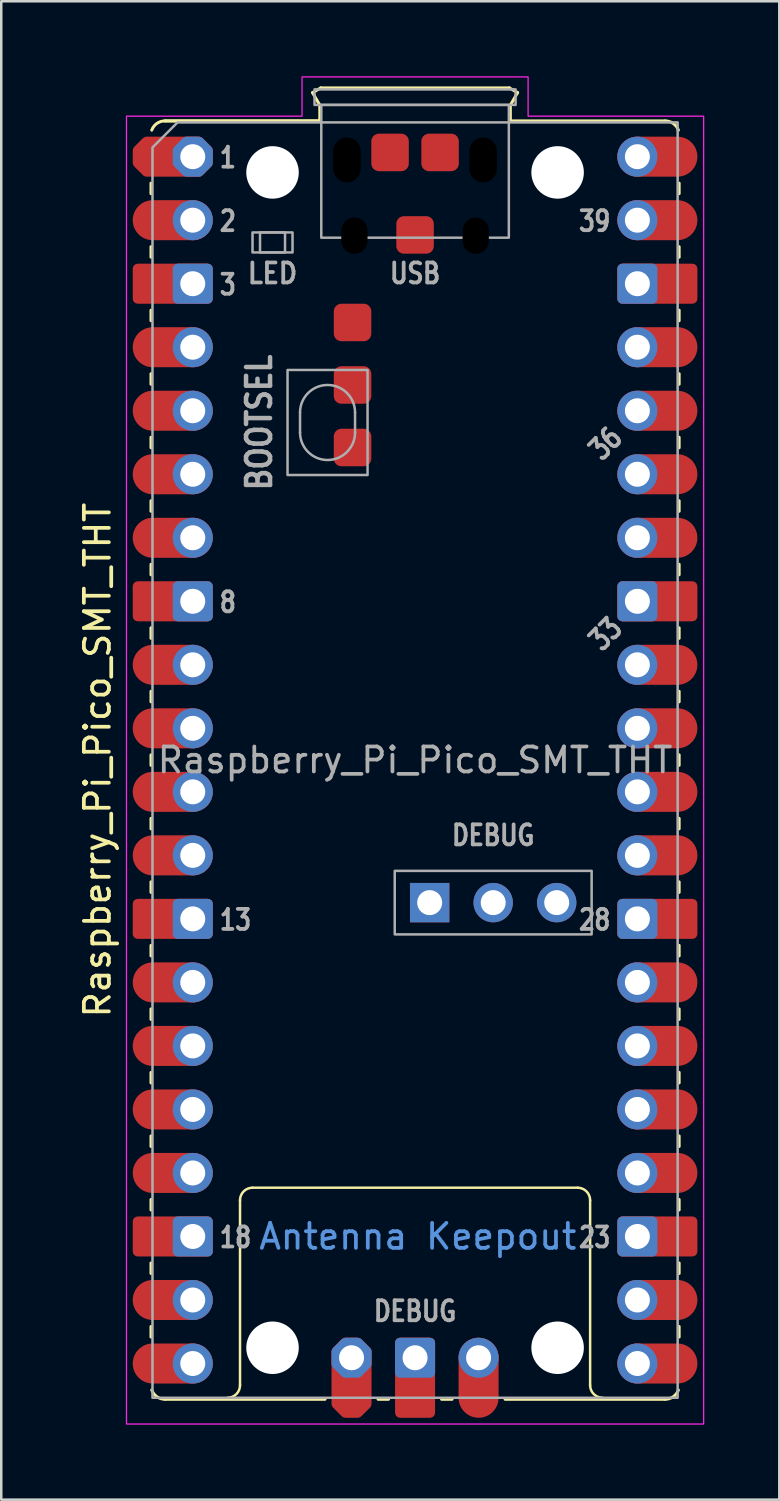
<source format=kicad_pcb>
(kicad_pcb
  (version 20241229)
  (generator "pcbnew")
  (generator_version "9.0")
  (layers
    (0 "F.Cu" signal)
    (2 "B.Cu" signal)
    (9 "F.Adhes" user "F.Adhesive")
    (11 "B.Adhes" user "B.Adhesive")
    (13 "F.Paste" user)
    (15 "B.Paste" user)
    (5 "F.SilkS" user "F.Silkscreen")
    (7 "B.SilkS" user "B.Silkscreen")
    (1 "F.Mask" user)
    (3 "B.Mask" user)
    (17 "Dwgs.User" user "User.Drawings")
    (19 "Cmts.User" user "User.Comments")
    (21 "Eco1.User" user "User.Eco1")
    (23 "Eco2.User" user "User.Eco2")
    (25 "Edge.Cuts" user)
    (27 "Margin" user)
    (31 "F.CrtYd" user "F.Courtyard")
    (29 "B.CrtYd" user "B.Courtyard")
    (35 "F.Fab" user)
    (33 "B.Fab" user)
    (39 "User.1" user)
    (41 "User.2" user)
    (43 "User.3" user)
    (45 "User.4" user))
  (footprint "Raspberry_Pi_Pico_SMT_THT"
    (layer "F.Cu")
    (at 4.658 3.215)
    (property "Reference" "Raspberry_Pi_Pico_SMT_THT" (at -3.81 24.13 270) (layer "F.SilkS") (effects (font (size 1 1) (thickness 0.15))))
    (attr through_hole)
    (fp_line (start -1.67 1.06) (end -1.67 1.48) (stroke (width 0.12) (type solid)) (layer "F.SilkS"))
    (fp_line (start -1.67 3.6) (end -1.67 4.02) (stroke (width 0.12) (type solid)) (layer "F.SilkS"))
    (fp_line (start -1.67 6.14) (end -1.67 6.56) (stroke (width 0.12) (type solid)) (layer "F.SilkS"))
    (fp_line (start -1.67 8.68) (end -1.67 9.1) (stroke (width 0.12) (type solid)) (layer "F.SilkS"))
    (fp_line (start -1.67 11.22) (end -1.67 11.64) (stroke (width 0.12) (type solid)) (layer "F.SilkS"))
    (fp_line (start -1.67 13.76) (end -1.67 14.18) (stroke (width 0.12) (type solid)) (layer "F.SilkS"))
    (fp_line (start -1.67 16.3) (end -1.67 16.72) (stroke (width 0.12) (type solid)) (layer "F.SilkS"))
    (fp_line (start -1.67 18.84) (end -1.67 19.26) (stroke (width 0.12) (type solid)) (layer "F.SilkS"))
    (fp_line (start -1.67 21.38) (end -1.67 21.8) (stroke (width 0.12) (type solid)) (layer "F.SilkS"))
    (fp_line (start -1.67 23.92) (end -1.67 24.34) (stroke (width 0.12) (type solid)) (layer "F.SilkS"))
    (fp_line (start -1.67 26.46) (end -1.67 26.88) (stroke (width 0.12) (type solid)) (layer "F.SilkS"))
    (fp_line (start -1.67 29) (end -1.67 29.42) (stroke (width 0.12) (type solid)) (layer "F.SilkS"))
    (fp_line (start -1.67 31.54) (end -1.67 31.96) (stroke (width 0.12) (type solid)) (layer "F.SilkS"))
    (fp_line (start -1.67 34.08) (end -1.67 34.5) (stroke (width 0.12) (type solid)) (layer "F.SilkS"))
    (fp_line (start -1.67 36.62) (end -1.67 37.04) (stroke (width 0.12) (type solid)) (layer "F.SilkS"))
    (fp_line (start -1.67 39.16) (end -1.67 39.58) (stroke (width 0.12) (type solid)) (layer "F.SilkS"))
    (fp_line (start -1.67 41.7) (end -1.67 42.12) (stroke (width 0.12) (type solid)) (layer "F.SilkS"))
    (fp_line (start -1.67 44.24) (end -1.67 44.66) (stroke (width 0.12) (type solid)) (layer "F.SilkS"))
    (fp_line (start -1.67 46.78) (end -1.67 47.2) (stroke (width 0.12) (type solid)) (layer "F.SilkS"))
    (fp_line (start -1.11 -1.43) (end 5.08 -1.43) (stroke (width 0.12) (type solid)) (layer "F.SilkS"))
    (fp_line (start -1.11 49.69) (end 5.29 49.69) (stroke (width 0.12) (type solid)) (layer "F.SilkS"))
    (fp_line (start 1.89 49.13) (end 1.89 41.73) (stroke (width 0.1) (type solid)) (layer "F.SilkS"))
    (fp_line (start 2.39 41.23) (end 15.39 41.23) (stroke (width 0.1) (type solid)) (layer "F.SilkS"))
    (fp_line (start 4.79 -2.56) (end 5.12 -2.75) (stroke (width 0.12) (type solid)) (layer "F.SilkS"))
    (fp_line (start 5.08 -2.06) (end 4.79 -2.56) (stroke (width 0.12) (type solid)) (layer "F.SilkS"))
    (fp_line (start 5.08 -1.43) (end -1.11 -1.43) (stroke (width 0.12) (type solid)) (layer "F.SilkS"))
    (fp_line (start 5.08 -1.43) (end 5.08 -2.06) (stroke (width 0.12) (type solid)) (layer "F.SilkS"))
    (fp_line (start 5.12 -2.75) (end 12.66 -2.75) (stroke (width 0.12) (type solid)) (layer "F.SilkS"))
    (fp_line (start 7.41 49.69) (end 7.83 49.69) (stroke (width 0.12) (type solid)) (layer "F.SilkS"))
    (fp_line (start 9.95 49.69) (end 10.37 49.69) (stroke (width 0.12) (type solid)) (layer "F.SilkS"))
    (fp_line (start 12.49 49.69) (end 18.89 49.69) (stroke (width 0.12) (type solid)) (layer "F.SilkS"))
    (fp_line (start 12.66 -2.75) (end 12.99 -2.56) (stroke (width 0.12) (type solid)) (layer "F.SilkS"))
    (fp_line (start 12.7 -2.06) (end 12.7 -1.43) (stroke (width 0.12) (type solid)) (layer "F.SilkS"))
    (fp_line (start 12.99 -2.56) (end 12.7 -2.06) (stroke (width 0.12) (type solid)) (layer "F.SilkS"))
    (fp_line (start 15.89 41.73) (end 15.89 49.13) (stroke (width 0.1) (type solid)) (layer "F.SilkS"))
    (fp_line (start 18.89 -1.43) (end 12.7 -1.43) (stroke (width 0.12) (type solid)) (layer "F.SilkS"))
    (fp_line (start 19.45 1.06) (end 19.45 1.48) (stroke (width 0.12) (type solid)) (layer "F.SilkS"))
    (fp_line (start 19.45 3.6) (end 19.45 4.02) (stroke (width 0.12) (type solid)) (layer "F.SilkS"))
    (fp_line (start 19.45 6.14) (end 19.45 6.56) (stroke (width 0.12) (type solid)) (layer "F.SilkS"))
    (fp_line (start 19.45 8.68) (end 19.45 9.1) (stroke (width 0.12) (type solid)) (layer "F.SilkS"))
    (fp_line (start 19.45 11.22) (end 19.45 11.64) (stroke (width 0.12) (type solid)) (layer "F.SilkS"))
    (fp_line (start 19.45 13.76) (end 19.45 14.18) (stroke (width 0.12) (type solid)) (layer "F.SilkS"))
    (fp_line (start 19.45 16.3) (end 19.45 16.72) (stroke (width 0.12) (type solid)) (layer "F.SilkS"))
    (fp_line (start 19.45 18.84) (end 19.45 19.26) (stroke (width 0.12) (type solid)) (layer "F.SilkS"))
    (fp_line (start 19.45 21.38) (end 19.45 21.8) (stroke (width 0.12) (type solid)) (layer "F.SilkS"))
    (fp_line (start 19.45 23.92) (end 19.45 24.34) (stroke (width 0.12) (type solid)) (layer "F.SilkS"))
    (fp_line (start 19.45 26.46) (end 19.45 26.88) (stroke (width 0.12) (type solid)) (layer "F.SilkS"))
    (fp_line (start 19.45 29) (end 19.45 29.42) (stroke (width 0.12) (type solid)) (layer "F.SilkS"))
    (fp_line (start 19.45 31.54) (end 19.45 31.96) (stroke (width 0.12) (type solid)) (layer "F.SilkS"))
    (fp_line (start 19.45 34.08) (end 19.45 34.5) (stroke (width 0.12) (type solid)) (layer "F.SilkS"))
    (fp_line (start 19.45 36.62) (end 19.45 37.04) (stroke (width 0.12) (type solid)) (layer "F.SilkS"))
    (fp_line (start 19.45 39.16) (end 19.45 39.58) (stroke (width 0.12) (type solid)) (layer "F.SilkS"))
    (fp_line (start 19.45 41.7) (end 19.45 42.12) (stroke (width 0.12) (type solid)) (layer "F.SilkS"))
    (fp_line (start 19.45 44.24) (end 19.45 44.66) (stroke (width 0.12) (type solid)) (layer "F.SilkS"))
    (fp_line (start 19.45 46.78) (end 19.45 47.2) (stroke (width 0.12) (type solid)) (layer "F.SilkS"))
    (fp_arc (start -1.64 -1.06) (mid -1.433508 -1.328808) (end -1.11 -1.43) (stroke (width 0.12) (type solid)) (layer "F.SilkS"))
    (fp_arc (start -1.11 49.69) (mid -1.433508 49.588809) (end -1.64 49.32) (stroke (width 0.12) (type solid)) (layer "F.SilkS"))
    (fp_arc (start 1.89 41.73) (mid 2.036447 41.376447) (end 2.39 41.23) (stroke (width 0.1) (type solid)) (layer "F.SilkS"))
    (fp_arc (start 1.89 49.13) (mid 1.743553 49.483553) (end 1.39 49.63) (stroke (width 0.1) (type solid)) (layer "F.SilkS"))
    (fp_arc (start 15.39 41.23) (mid 15.743553 41.376447) (end 15.89 41.73) (stroke (width 0.1) (type solid)) (layer "F.SilkS"))
    (fp_arc (start 16.39 49.63) (mid 16.036447 49.483553) (end 15.89 49.13) (stroke (width 0.1) (type solid)) (layer "F.SilkS"))
    (fp_arc (start 18.89 -1.43) (mid 19.213508 -1.328809) (end 19.42 -1.06) (stroke (width 0.12) (type solid)) (layer "F.SilkS"))
    (fp_arc (start 19.42 49.32) (mid 19.213508 49.588808) (end 18.89 49.69) (stroke (width 0.12) (type solid)) (layer "F.SilkS"))
    (fp_poly (pts (xy 13.41 -1.62) (xy 20.43 -1.62) (xy 20.43 50.68) (xy -2.65 50.68) (xy -2.65 -1.62) (xy 4.37 -1.62) (xy 4.37 -3.19) (xy 13.41 -3.19)) (stroke (width 0.05) (type solid)) (fill no) (layer "F.CrtYd"))
    (fp_line (start 4.29 10.23) (end 4.29 11.03) (stroke (width 0.1) (type solid)) (layer "F.Fab"))
    (fp_line (start 6.49 10.23) (end 6.49 11.03) (stroke (width 0.1) (type solid)) (layer "F.Fab"))
    (fp_rect (start 2.39 3.03) (end 3.99 3.83) (stroke (width 0.1) (type solid)) (fill no) (layer "F.Fab"))
    (fp_rect (start 2.69 3.03) (end 3.69 3.83) (stroke (width 0.1) (type solid)) (fill no) (layer "F.Fab"))
    (fp_rect (start 3.79 8.53) (end 6.99 12.73) (stroke (width 0.1) (type solid)) (fill no) (layer "F.Fab"))
    (fp_rect (start 4.87 -2.69) (end 12.91 -2.07) (stroke (width 0.1) (type solid)) (fill no) (layer "F.Fab"))
    (fp_rect (start 5.14 -2.07) (end 12.64 3.24) (stroke (width 0.1) (type solid)) (fill no) (layer "F.Fab"))
    (fp_rect (start 8.077 28.56) (end 15.951 31.1) (stroke (width 0.1) (type solid)) (fill no) (layer "F.Fab"))
    (fp_arc (start 4.29 10.23) (mid 5.39 9.13) (end 6.49 10.23) (stroke (width 0.1) (type solid)) (layer "F.Fab"))
    (fp_arc (start 6.49 11.03) (mid 5.39 12.13) (end 4.29 11.03) (stroke (width 0.1) (type solid)) (layer "F.Fab"))
    (fp_poly (pts (xy 19.39 49.63) (xy -1.61 49.63) (xy -1.61 -0.37) (xy -0.61 -1.37) (xy 19.39 -1.37)) (stroke (width 0.1) (type solid)) (fill no) (layer "F.Fab"))
    (fp_text user "Antenna Keepout" (at 9 43.18 0) (unlocked yes) (layer "Cmts.User") (effects (font (size 1 1) (thickness 0.15))))
    (fp_text user "8" (at 1 17.818 0) (unlocked yes) (layer "F.Fab") (effects (font (size 0.8 0.64) (thickness 0.15)) (justify left)))
    (fp_text user "18" (at 1 43.218 0) (unlocked yes) (layer "F.Fab") (effects (font (size 0.8 0.64) (thickness 0.15)) (justify left)))
    (fp_text user "USB" (at 8.89 4.668 0) (unlocked yes) (layer "F.Fab") (effects (font (size 0.8 0.66) (thickness 0.15))))
    (fp_text user "36" (at 16.51 11.468 45) (unlocked yes) (layer "F.Fab") (effects (font (size 0.8 0.64) (thickness 0.15))))
    (fp_text user "28" (at 16.78 30.518 0) (unlocked yes) (layer "F.Fab") (effects (font (size 0.8 0.64) (thickness 0.15)) (justify right)))
    (fp_text user "33" (at 16.51 19.088 45) (unlocked yes) (layer "F.Fab") (effects (font (size 0.8 0.64) (thickness 0.15))))
    (fp_text user "DEBUG" (at 12.014 27.138 0) (unlocked yes) (layer "F.Fab") (effects (font (size 0.8 0.66) (thickness 0.15))))
    (fp_text user "13" (at 1 30.518 0) (unlocked yes) (layer "F.Fab") (effects (font (size 0.8 0.64) (thickness 0.15)) (justify left)))
    (fp_text user "DEBUG" (at 8.89 46.168 0) (unlocked yes) (layer "F.Fab") (effects (font (size 0.8 0.66) (thickness 0.15))))
    (fp_text user "3" (at 1 5.118 0) (unlocked yes) (layer "F.Fab") (effects (font (size 0.8 0.64) (thickness 0.15)) (justify left)))
    (fp_text user "${REFERENCE}" (at 8.89 24.13 0) (unlocked yes) (layer "F.Fab") (effects (font (size 1 1) (thickness 0.15))))
    (fp_text user "BOOTSEL" (at 2.656 10.63 90) (unlocked yes) (layer "F.Fab") (effects (font (size 0.96 0.825) (thickness 0.18))))
    (fp_text user "1" (at 1 0.038 0) (unlocked yes) (layer "F.Fab") (effects (font (size 0.8 0.64) (thickness 0.15)) (justify left)))
    (fp_text user "2" (at 1 2.578 0) (unlocked yes) (layer "F.Fab") (effects (font (size 0.8 0.64) (thickness 0.15)) (justify left)))
    (fp_text user "23" (at 16.78 43.218 0) (unlocked yes) (layer "F.Fab") (effects (font (size 0.8 0.64) (thickness 0.15)) (justify right)))
    (fp_text user "39" (at 16.78 2.578 0) (unlocked yes) (layer "F.Fab") (effects (font (size 0.8 0.64) (thickness 0.15)) (justify right)))
    (fp_text user "LED" (at 3.19 4.668 0) (unlocked yes) (layer "F.Fab") (effects (font (size 0.8 0.72) (thickness 0.15))))
    (pad "" np_thru_hole circle (at 3.19 0.63) (size 2.1 2.1) (drill 2.1) (layers "*.Cu" "*.Mask"))
    (pad "" np_thru_hole circle (at 3.19 47.63) (size 2.1 2.1) (drill 2.1) (layers "*.Cu" "*.Mask"))
    (pad "" np_thru_hole oval (at 6.165 0.13) (size 1.1 1.8) (drill oval 1.1 1.8) (layers "*.Mask"))
    (pad "" np_thru_hole oval (at 6.465 3.16) (size 1.05 1.45) (drill oval 1.05 1.45) (layers "*.Mask"))
    (pad "" np_thru_hole oval (at 11.315 3.16) (size 1.05 1.45) (drill oval 1.05 1.45) (layers "*.Mask"))
    (pad "" np_thru_hole oval (at 11.615 0.13) (size 1.1 1.8) (drill oval 1.1 1.8) (layers "*.Mask"))
    (pad "" np_thru_hole circle (at 14.59 0.63) (size 2.1 2.1) (drill 2.1) (layers "*.Cu" "*.Mask"))
    (pad "" np_thru_hole circle (at 14.59 47.63) (size 2.1 2.1) (drill 2.1) (layers "*.Cu" "*.Mask"))
    (pad "1" smd custom (at -1.6 0) (size 1.6 1.6) (layers "F.Cu" "F.Mask") (options (anchor circle)) (primitives (gr_poly (pts (xy 2.2 0.249) (xy 1.849 0.6) (xy -0.249 0.6) (xy -0.6 0.249) (xy -0.6 -0.249) (xy -0.249 -0.6) (xy 1.849 -0.6) (xy 2.2 -0.249)) (width 0.4) (fill yes))))
    (pad "1" thru_hole custom (at 0 0) (size 1.6 1.6) (drill 1) (layers "*.Cu" "*.Mask") (options (anchor circle)) (primitives (gr_poly (pts (xy 0.6 0.249) (xy 0.249 0.6) (xy -0.249 0.6) (xy -0.6 0.249) (xy -0.6 -0.249) (xy -0.249 -0.6) (xy 0.249 -0.6) (xy 0.6 -0.249)) (width 0.4) (fill yes))))
    (pad "2" smd oval (at -1.6 2.54) (size 3.2 1.6) (drill (offset 0.8 0)) (layers "F.Cu" "F.Mask"))
    (pad "2" thru_hole circle (at 0 2.54) (size 1.6 1.6) (drill 1) (layers "*.Cu" "*.Mask"))
    (pad "3" smd roundrect (at -1.6 5.08) (size 3.2 1.6) (drill (offset 0.8 0)) (layers "F.Cu" "F.Mask") (roundrect_rratio 0.125))
    (pad "3" thru_hole roundrect (at 0 5.08) (size 1.6 1.6) (drill 1) (layers "*.Cu" "*.Mask") (roundrect_rratio 0.125))
    (pad "4" smd oval (at -1.6 7.62) (size 3.2 1.6) (drill (offset 0.8 0)) (layers "F.Cu" "F.Mask"))
    (pad "4" thru_hole circle (at 0 7.62) (size 1.6 1.6) (drill 1) (layers "*.Cu" "*.Mask"))
    (pad "5" smd oval (at -1.6 10.16) (size 3.2 1.6) (drill (offset 0.8 0)) (layers "F.Cu" "F.Mask"))
    (pad "5" thru_hole circle (at 0 10.16) (size 1.6 1.6) (drill 1) (layers "*.Cu" "*.Mask"))
    (pad "6" smd oval (at -1.6 12.7) (size 3.2 1.6) (drill (offset 0.8 0)) (layers "F.Cu" "F.Mask"))
    (pad "6" thru_hole circle (at 0 12.7) (size 1.6 1.6) (drill 1) (layers "*.Cu" "*.Mask"))
    (pad "7" smd oval (at -1.6 15.24) (size 3.2 1.6) (drill (offset 0.8 0)) (layers "F.Cu" "F.Mask"))
    (pad "7" thru_hole circle (at 0 15.24) (size 1.6 1.6) (drill 1) (layers "*.Cu" "*.Mask"))
    (pad "8" smd roundrect (at -1.6 17.78) (size 3.2 1.6) (drill (offset 0.8 0)) (layers "F.Cu" "F.Mask") (roundrect_rratio 0.125))
    (pad "8" thru_hole roundrect (at 0 17.78) (size 1.6 1.6) (drill 1) (layers "*.Cu" "*.Mask") (roundrect_rratio 0.125))
    (pad "9" smd oval (at -1.6 20.32) (size 3.2 1.6) (drill (offset 0.8 0)) (layers "F.Cu" "F.Mask"))
    (pad "9" thru_hole circle (at 0 20.32) (size 1.6 1.6) (drill 1) (layers "*.Cu" "*.Mask"))
    (pad "10" smd oval (at -1.6 22.86) (size 3.2 1.6) (drill (offset 0.8 0)) (layers "F.Cu" "F.Mask"))
    (pad "10" thru_hole circle (at 0 22.86) (size 1.6 1.6) (drill 1) (layers "*.Cu" "*.Mask"))
    (pad "11" smd oval (at -1.6 25.4) (size 3.2 1.6) (drill (offset 0.8 0)) (layers "F.Cu" "F.Mask"))
    (pad "11" thru_hole circle (at 0 25.4) (size 1.6 1.6) (drill 1) (layers "*.Cu" "*.Mask"))
    (pad "12" smd oval (at -1.6 27.94) (size 3.2 1.6) (drill (offset 0.8 0)) (layers "F.Cu" "F.Mask"))
    (pad "12" thru_hole circle (at 0 27.94) (size 1.6 1.6) (drill 1) (layers "*.Cu" "*.Mask"))
    (pad "13" smd roundrect (at -1.6 30.48) (size 3.2 1.6) (drill (offset 0.8 0)) (layers "F.Cu" "F.Mask") (roundrect_rratio 0.125))
    (pad "13" thru_hole roundrect (at 0 30.48) (size 1.6 1.6) (drill 1) (layers "*.Cu" "*.Mask") (roundrect_rratio 0.125))
    (pad "14" smd oval (at -1.6 33.02) (size 3.2 1.6) (drill (offset 0.8 0)) (layers "F.Cu" "F.Mask"))
    (pad "14" thru_hole circle (at 0 33.02) (size 1.6 1.6) (drill 1) (layers "*.Cu" "*.Mask"))
    (pad "15" smd oval (at -1.6 35.56) (size 3.2 1.6) (drill (offset 0.8 0)) (layers "F.Cu" "F.Mask"))
    (pad "15" thru_hole circle (at 0 35.56) (size 1.6 1.6) (drill 1) (layers "*.Cu" "*.Mask"))
    (pad "16" smd oval (at -1.6 38.1) (size 3.2 1.6) (drill (offset 0.8 0)) (layers "F.Cu" "F.Mask"))
    (pad "16" thru_hole circle (at 0 38.1) (size 1.6 1.6) (drill 1) (layers "*.Cu" "*.Mask"))
    (pad "17" smd oval (at -1.6 40.64) (size 3.2 1.6) (drill (offset 0.8 0)) (layers "F.Cu" "F.Mask"))
    (pad "17" thru_hole circle (at 0 40.64) (size 1.6 1.6) (drill 1) (layers "*.Cu" "*.Mask"))
    (pad "18" smd roundrect (at -1.6 43.18) (size 3.2 1.6) (drill (offset 0.8 0)) (layers "F.Cu" "F.Mask") (roundrect_rratio 0.125))
    (pad "18" thru_hole roundrect (at 0 43.18) (size 1.6 1.6) (drill 1) (layers "*.Cu" "*.Mask") (roundrect_rratio 0.125))
    (pad "19" smd oval (at -1.6 45.72) (size 3.2 1.6) (drill (offset 0.8 0)) (layers "F.Cu" "F.Mask"))
    (pad "19" thru_hole circle (at 0 45.72) (size 1.6 1.6) (drill 1) (layers "*.Cu" "*.Mask"))
    (pad "20" smd oval (at -1.6 48.26) (size 3.2 1.6) (drill (offset 0.8 0)) (layers "F.Cu" "F.Mask"))
    (pad "20" thru_hole circle (at 0 48.26) (size 1.6 1.6) (drill 1) (layers "*.Cu" "*.Mask"))
    (pad "21" thru_hole circle (at 17.78 48.26) (size 1.6 1.6) (drill 1) (layers "*.Cu" "*.Mask"))
    (pad "21" smd oval (at 19.38 48.26) (size 3.2 1.6) (drill (offset -0.8 0)) (layers "F.Cu" "F.Mask"))
    (pad "22" thru_hole circle (at 17.78 45.72) (size 1.6 1.6) (drill 1) (layers "*.Cu" "*.Mask"))
    (pad "22" smd oval (at 19.38 45.72) (size 3.2 1.6) (drill (offset -0.8 0)) (layers "F.Cu" "F.Mask"))
    (pad "23" thru_hole roundrect (at 17.78 43.18) (size 1.6 1.6) (drill 1) (layers "*.Cu" "*.Mask") (roundrect_rratio 0.125))
    (pad "23" smd roundrect (at 19.38 43.18) (size 3.2 1.6) (drill (offset -0.8 0)) (layers "F.Cu" "F.Mask") (roundrect_rratio 0.125))
    (pad "24" thru_hole circle (at 17.78 40.64) (size 1.6 1.6) (drill 1) (layers "*.Cu" "*.Mask"))
    (pad "24" smd oval (at 19.38 40.64) (size 3.2 1.6) (drill (offset -0.8 0)) (layers "F.Cu" "F.Mask"))
    (pad "25" thru_hole circle (at 17.78 38.1) (size 1.6 1.6) (drill 1) (layers "*.Cu" "*.Mask"))
    (pad "25" smd oval (at 19.38 38.1) (size 3.2 1.6) (drill (offset -0.8 0)) (layers "F.Cu" "F.Mask"))
    (pad "26" thru_hole circle (at 17.78 35.56) (size 1.6 1.6) (drill 1) (layers "*.Cu" "*.Mask"))
    (pad "26" smd oval (at 19.38 35.56) (size 3.2 1.6) (drill (offset -0.8 0)) (layers "F.Cu" "F.Mask"))
    (pad "27" thru_hole circle (at 17.78 33.02) (size 1.6 1.6) (drill 1) (layers "*.Cu" "*.Mask"))
    (pad "27" smd oval (at 19.38 33.02) (size 3.2 1.6) (drill (offset -0.8 0)) (layers "F.Cu" "F.Mask"))
    (pad "28" thru_hole roundrect (at 17.78 30.48) (size 1.6 1.6) (drill 1) (layers "*.Cu" "*.Mask") (roundrect_rratio 0.125))
    (pad "28" smd roundrect (at 19.38 30.48) (size 3.2 1.6) (drill (offset -0.8 0)) (layers "F.Cu" "F.Mask") (roundrect_rratio 0.125))
    (pad "29" thru_hole circle (at 17.78 27.94) (size 1.6 1.6) (drill 1) (layers "*.Cu" "*.Mask"))
    (pad "29" smd oval (at 19.38 27.94) (size 3.2 1.6) (drill (offset -0.8 0)) (layers "F.Cu" "F.Mask"))
    (pad "30" thru_hole circle (at 17.78 25.4) (size 1.6 1.6) (drill 1) (layers "*.Cu" "*.Mask"))
    (pad "30" smd oval (at 19.38 25.4) (size 3.2 1.6) (drill (offset -0.8 0)) (layers "F.Cu" "F.Mask"))
    (pad "31" thru_hole circle (at 17.78 22.86) (size 1.6 1.6) (drill 1) (layers "*.Cu" "*.Mask"))
    (pad "31" smd oval (at 19.38 22.86) (size 3.2 1.6) (drill (offset -0.8 0)) (layers "F.Cu" "F.Mask"))
    (pad "32" thru_hole circle (at 17.78 20.32) (size 1.6 1.6) (drill 1) (layers "*.Cu" "*.Mask"))
    (pad "32" smd oval (at 19.38 20.32) (size 3.2 1.6) (drill (offset -0.8 0)) (layers "F.Cu" "F.Mask"))
    (pad "33" thru_hole roundrect (at 17.78 17.78) (size 1.6 1.6) (drill 1) (layers "*.Cu" "*.Mask") (roundrect_rratio 0.125))
    (pad "33" smd roundrect (at 19.38 17.78) (size 3.2 1.6) (drill (offset -0.8 0)) (layers "F.Cu" "F.Mask") (roundrect_rratio 0.125))
    (pad "34" thru_hole circle (at 17.78 15.24) (size 1.6 1.6) (drill 1) (layers "*.Cu" "*.Mask"))
    (pad "34" smd oval (at 19.38 15.24) (size 3.2 1.6) (drill (offset -0.8 0)) (layers "F.Cu" "F.Mask"))
    (pad "35" thru_hole circle (at 17.78 12.7) (size 1.6 1.6) (drill 1) (layers "*.Cu" "*.Mask"))
    (pad "35" smd oval (at 19.38 12.7) (size 3.2 1.6) (drill (offset -0.8 0)) (layers "F.Cu" "F.Mask"))
    (pad "36" thru_hole circle (at 17.78 10.16) (size 1.6 1.6) (drill 1) (layers "*.Cu" "*.Mask"))
    (pad "36" smd oval (at 19.38 10.16) (size 3.2 1.6) (drill (offset -0.8 0)) (layers "F.Cu" "F.Mask"))
    (pad "37" thru_hole circle (at 17.78 7.62) (size 1.6 1.6) (drill 1) (layers "*.Cu" "*.Mask"))
    (pad "37" smd oval (at 19.38 7.62) (size 3.2 1.6) (drill (offset -0.8 0)) (layers "F.Cu" "F.Mask"))
    (pad "38" thru_hole roundrect (at 17.78 5.08) (size 1.6 1.6) (drill 1) (layers "*.Cu" "*.Mask") (roundrect_rratio 0.125))
    (pad "38" smd roundrect (at 19.38 5.08) (size 3.2 1.6) (drill (offset -0.8 0)) (layers "F.Cu" "F.Mask") (roundrect_rratio 0.125))
    (pad "39" thru_hole circle (at 17.78 2.54) (size 1.6 1.6) (drill 1) (layers "*.Cu" "*.Mask"))
    (pad "39" smd oval (at 19.38 2.54) (size 3.2 1.6) (drill (offset -0.8 0)) (layers "F.Cu" "F.Mask"))
    (pad "40" thru_hole circle (at 17.78 0) (size 1.6 1.6) (drill 1) (layers "*.Cu" "*.Mask"))
    (pad "40" smd oval (at 19.38 0) (size 3.2 1.6) (drill (offset -0.8 0)) (layers "F.Cu" "F.Mask"))
    (pad "41" thru_hole custom (at 6.35 48.03) (size 1.6 1.6) (drill 1) (layers "*.Cu" "*.Mask") (options (anchor circle)) (primitives (gr_poly (pts (xy 0.6 0.249) (xy 0.249 0.6) (xy -0.249 0.6) (xy -0.6 0.249) (xy -0.6 -0.249) (xy -0.249 -0.6) (xy 0.249 -0.6) (xy 0.6 -0.249)) (width 0.4) (fill yes))))
    (pad "41" smd custom (at 6.35 49.63) (size 1.6 1.6) (layers "F.Cu" "F.Mask") (options (anchor circle)) (primitives (gr_poly (pts (xy 0.6 0.249) (xy 0.249 0.6) (xy -0.249 0.6) (xy -0.6 0.249) (xy -0.6 -1.849) (xy -0.249 -2.2) (xy 0.249 -2.2) (xy 0.6 -1.849)) (width 0.4) (fill yes))))
    (pad "41" thru_hole rect (at 9.474 29.83) (size 1.575 1.575) (drill 1) (layers "*.Cu" "*.Mask"))
    (pad "42" thru_hole roundrect (at 8.89 48.03) (size 1.6 1.6) (drill 1) (layers "*.Cu" "*.Mask") (roundrect_rratio 0.125))
    (pad "42" smd roundrect (at 8.89 49.63) (size 1.6 3.2) (drill (offset 0 -0.8)) (layers "F.Cu" "F.Mask") (roundrect_rratio 0.125))
    (pad "42" thru_hole circle (at 12.014 29.83) (size 1.575 1.575) (drill 1) (layers "*.Cu" "*.Mask"))
    (pad "43" thru_hole circle (at 11.43 48.03) (size 1.6 1.6) (drill 1) (layers "*.Cu" "*.Mask"))
    (pad "43" smd oval (at 11.43 49.63) (size 1.6 3.2) (drill (offset 0 -0.8)) (layers "F.Cu" "F.Mask"))
    (pad "43" thru_hole circle (at 14.554 29.83) (size 1.575 1.575) (drill 1) (layers "*.Cu" "*.Mask"))
    (pad "51" smd roundrect (at 8.89 3.13) (size 1.5 1.5) (property pad_prop_testpoint) (layers "F.Cu" "F.Mask") (roundrect_rratio 0.2))
    (pad "52" smd roundrect (at 9.89 -0.17) (size 1.5 1.5) (property pad_prop_testpoint) (layers "F.Cu" "F.Mask") (roundrect_rratio 0.2))
    (pad "53" smd roundrect (at 7.89 -0.17) (size 1.5 1.5) (property pad_prop_testpoint) (layers "F.Cu" "F.Mask") (roundrect_rratio 0.2))
    (pad "54" smd roundrect (at 6.39 6.63) (size 1.5 1.5) (property pad_prop_testpoint) (layers "F.Cu" "F.Mask") (roundrect_rratio 0.2))
    (pad "55" smd roundrect (at 6.39 9.13) (size 1.5 1.5) (property pad_prop_testpoint) (layers "F.Cu" "F.Mask") (roundrect_rratio 0.2))
    (pad "56" smd roundrect (at 6.39 11.63) (size 1.5 1.5) (property pad_prop_testpoint) (layers "F.Cu" "F.Mask") (roundrect_rratio 0.2))
    (zone (net_name "") (layer "F.Cu") (name "Test Point Keepout") (hatch full 0.508) (connect_pads) (min_thickness 0.254) (filled_areas_thickness no) (keepout (tracks not_allowed) (vias not_allowed) (pads allowed) (copperpour not_allowed) (footprints allowed)) (placement (enabled no)) (fill) (polygon (pts (xy 12.098 10.895) (xy 9.998 10.895) (xy 9.998 8.795) (xy 12.098 8.795))))
    (zone (net_name "") (layer "F.Cu") (name "Test Point Keepout") (hatch full 0.508) (connect_pads) (min_thickness 0.254) (filled_areas_thickness no) (keepout (tracks not_allowed) (vias not_allowed) (pads allowed) (copperpour not_allowed) (footprints allowed)) (placement (enabled no)) (fill) (polygon (pts (xy 12.098 13.395) (xy 9.998 13.395) (xy 9.998 11.295) (xy 12.098 11.295))))
    (zone (net_name "") (layer "F.Cu") (name "Test Point Keepout") (hatch full 0.508) (connect_pads) (min_thickness 0.254) (filled_areas_thickness no) (keepout (tracks not_allowed) (vias not_allowed) (pads allowed) (copperpour not_allowed) (footprints allowed)) (placement (enabled no)) (fill) (polygon (pts (xy 12.098 15.895) (xy 9.998 15.895) (xy 9.998 13.795) (xy 12.098 13.795))))
    (zone (net_name "") (layer "F.Cu") (name "Test Point Keepout") (hatch full 0.508) (connect_pads) (min_thickness 0.254) (filled_areas_thickness no) (keepout (tracks not_allowed) (vias not_allowed) (pads allowed) (copperpour not_allowed) (footprints allowed)) (placement (enabled no)) (fill) (polygon (pts (xy 14.598 7.395) (xy 12.498 7.395) (xy 12.498 5.295) (xy 14.598 5.295))))
    (zone (net_name "") (layer "F.Cu") (name "Test Point Keepout") (hatch full 0.508) (connect_pads) (min_thickness 0.254) (filled_areas_thickness no) (keepout (tracks not_allowed) (vias not_allowed) (pads allowed) (copperpour not_allowed) (footprints allowed)) (placement (enabled no)) (fill) (polygon (pts (xy 15.598 4.095) (xy 11.498 4.095) (xy 11.498 1.995) (xy 15.598 1.995)))))
  (gr_rect
    (start -3 -3)
    (end 28.113 56.92)
    (stroke (width 0.1) (type default))
    (fill no)
    (layer "Edge.Cuts")))
</source>
